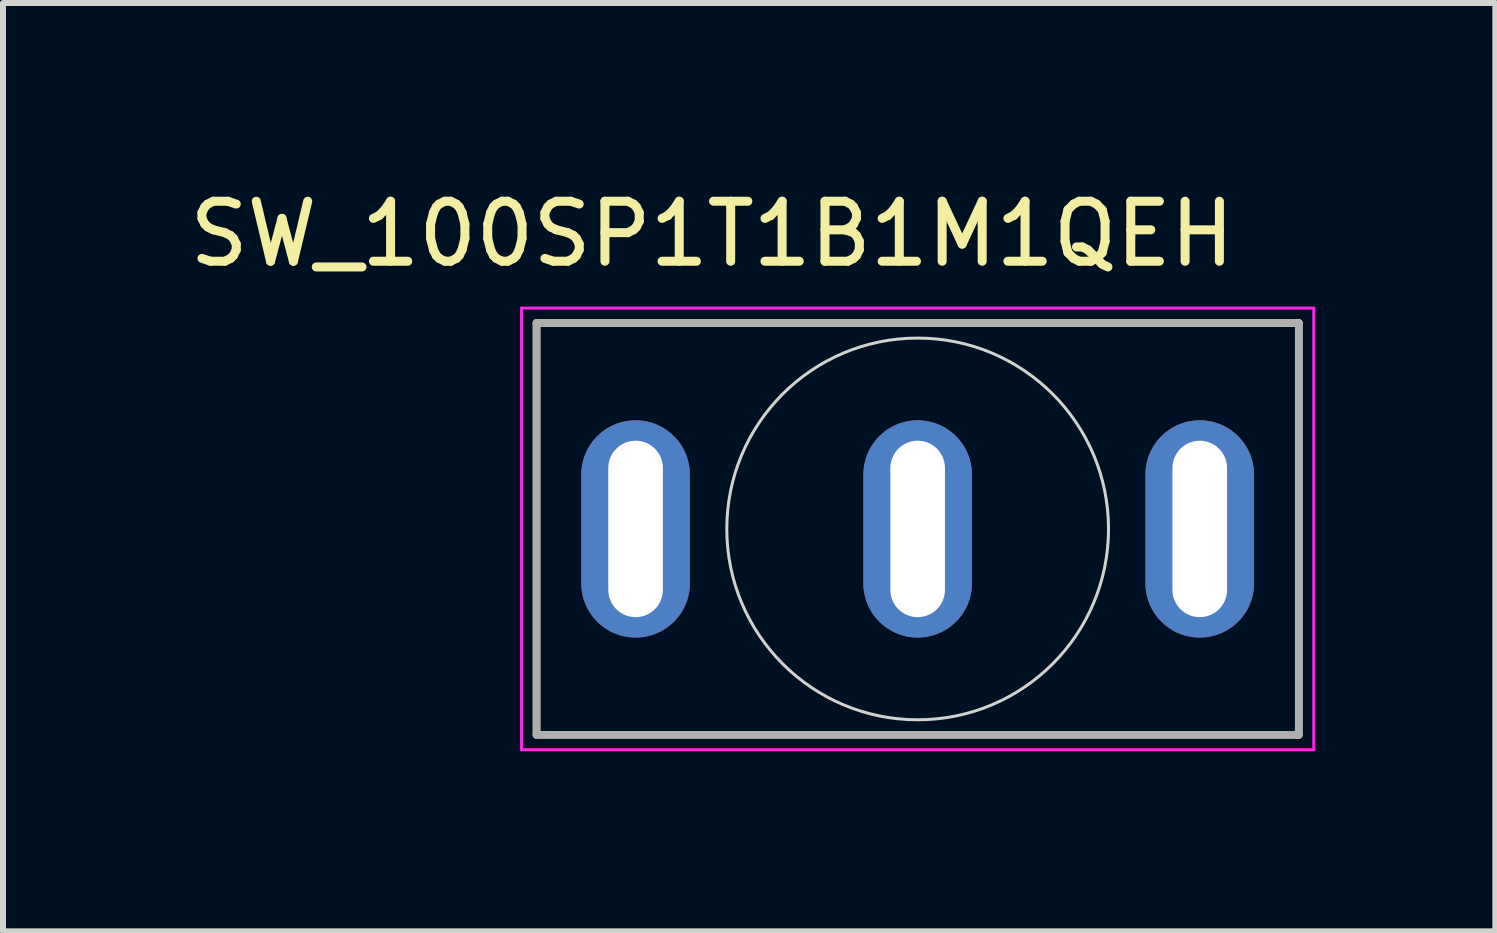
<source format=kicad_pcb>
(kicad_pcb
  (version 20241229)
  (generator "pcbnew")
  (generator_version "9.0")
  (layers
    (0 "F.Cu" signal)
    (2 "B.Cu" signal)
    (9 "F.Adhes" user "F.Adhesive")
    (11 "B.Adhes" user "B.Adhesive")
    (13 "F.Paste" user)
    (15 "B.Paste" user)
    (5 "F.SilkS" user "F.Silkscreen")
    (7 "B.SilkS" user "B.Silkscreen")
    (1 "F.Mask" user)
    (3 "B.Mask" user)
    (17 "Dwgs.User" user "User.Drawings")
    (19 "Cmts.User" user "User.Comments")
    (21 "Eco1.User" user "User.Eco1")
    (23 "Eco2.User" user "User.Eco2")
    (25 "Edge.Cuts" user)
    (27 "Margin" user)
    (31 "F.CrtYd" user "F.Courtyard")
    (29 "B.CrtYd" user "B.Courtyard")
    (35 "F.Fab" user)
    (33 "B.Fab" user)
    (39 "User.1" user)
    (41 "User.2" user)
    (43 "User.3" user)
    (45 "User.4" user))
  (footprint "SW_100SP1T1B1M1QEH"
    (layer "F.Cu")
    (at 12.24 5.763)
    (property "Reference" "SW_100SP1T1B1M1QEH" (at -3.425 -4.915 0) (layer "F.SilkS") (effects (font (size 1 1) (thickness 0.15))))
    (attr through_hole)
    (fp_line (start -6.35 -3.43) (end 6.35 -3.43) (stroke (width 0.127) (type solid)) (layer "F.SilkS"))
    (fp_line (start -6.35 3.43) (end -6.35 -3.43) (stroke (width 0.127) (type solid)) (layer "F.SilkS"))
    (fp_line (start 6.35 -3.43) (end 6.35 3.43) (stroke (width 0.127) (type solid)) (layer "F.SilkS"))
    (fp_line (start 6.35 3.43) (end -6.35 3.43) (stroke (width 0.127) (type solid)) (layer "F.SilkS"))
    (fp_circle (center 0 0) (end 3.18 0) (stroke (width 0.05) (type default)) (fill no) (layer "Edge.Cuts"))
    (fp_line (start -6.6 -3.68) (end -6.6 3.68) (stroke (width 0.05) (type solid)) (layer "F.CrtYd"))
    (fp_line (start -6.6 3.68) (end 6.6 3.68) (stroke (width 0.05) (type solid)) (layer "F.CrtYd"))
    (fp_line (start 6.6 -3.68) (end -6.6 -3.68) (stroke (width 0.05) (type solid)) (layer "F.CrtYd"))
    (fp_line (start 6.6 3.68) (end 6.6 -3.68) (stroke (width 0.05) (type solid)) (layer "F.CrtYd"))
    (fp_line (start -6.35 -3.43) (end 6.35 -3.43) (stroke (width 0.127) (type solid)) (layer "F.Fab"))
    (fp_line (start -6.35 3.43) (end -6.35 -3.43) (stroke (width 0.127) (type solid)) (layer "F.Fab"))
    (fp_line (start 6.35 -3.43) (end 6.35 3.43) (stroke (width 0.127) (type solid)) (layer "F.Fab"))
    (fp_line (start 6.35 3.43) (end -6.35 3.43) (stroke (width 0.127) (type solid)) (layer "F.Fab"))
    (pad "1" thru_hole oval (at -4.7 0) (size 1.81 3.62) (drill oval 0.91 2.94) (layers "*.Cu" "*.Mask"))
    (pad "2" thru_hole oval (at 0 0) (size 1.81 3.62) (drill oval 0.91 2.94) (layers "*.Cu" "*.Mask"))
    (pad "3" thru_hole oval (at 4.7 0) (size 1.81 3.62) (drill oval 0.91 2.94) (layers "*.Cu" "*.Mask")))
  (gr_rect
    (start -3 -3)
    (end 21.865 12.468)
    (stroke (width 0.1) (type default))
    (fill no)
    (layer "Edge.Cuts")))
</source>
